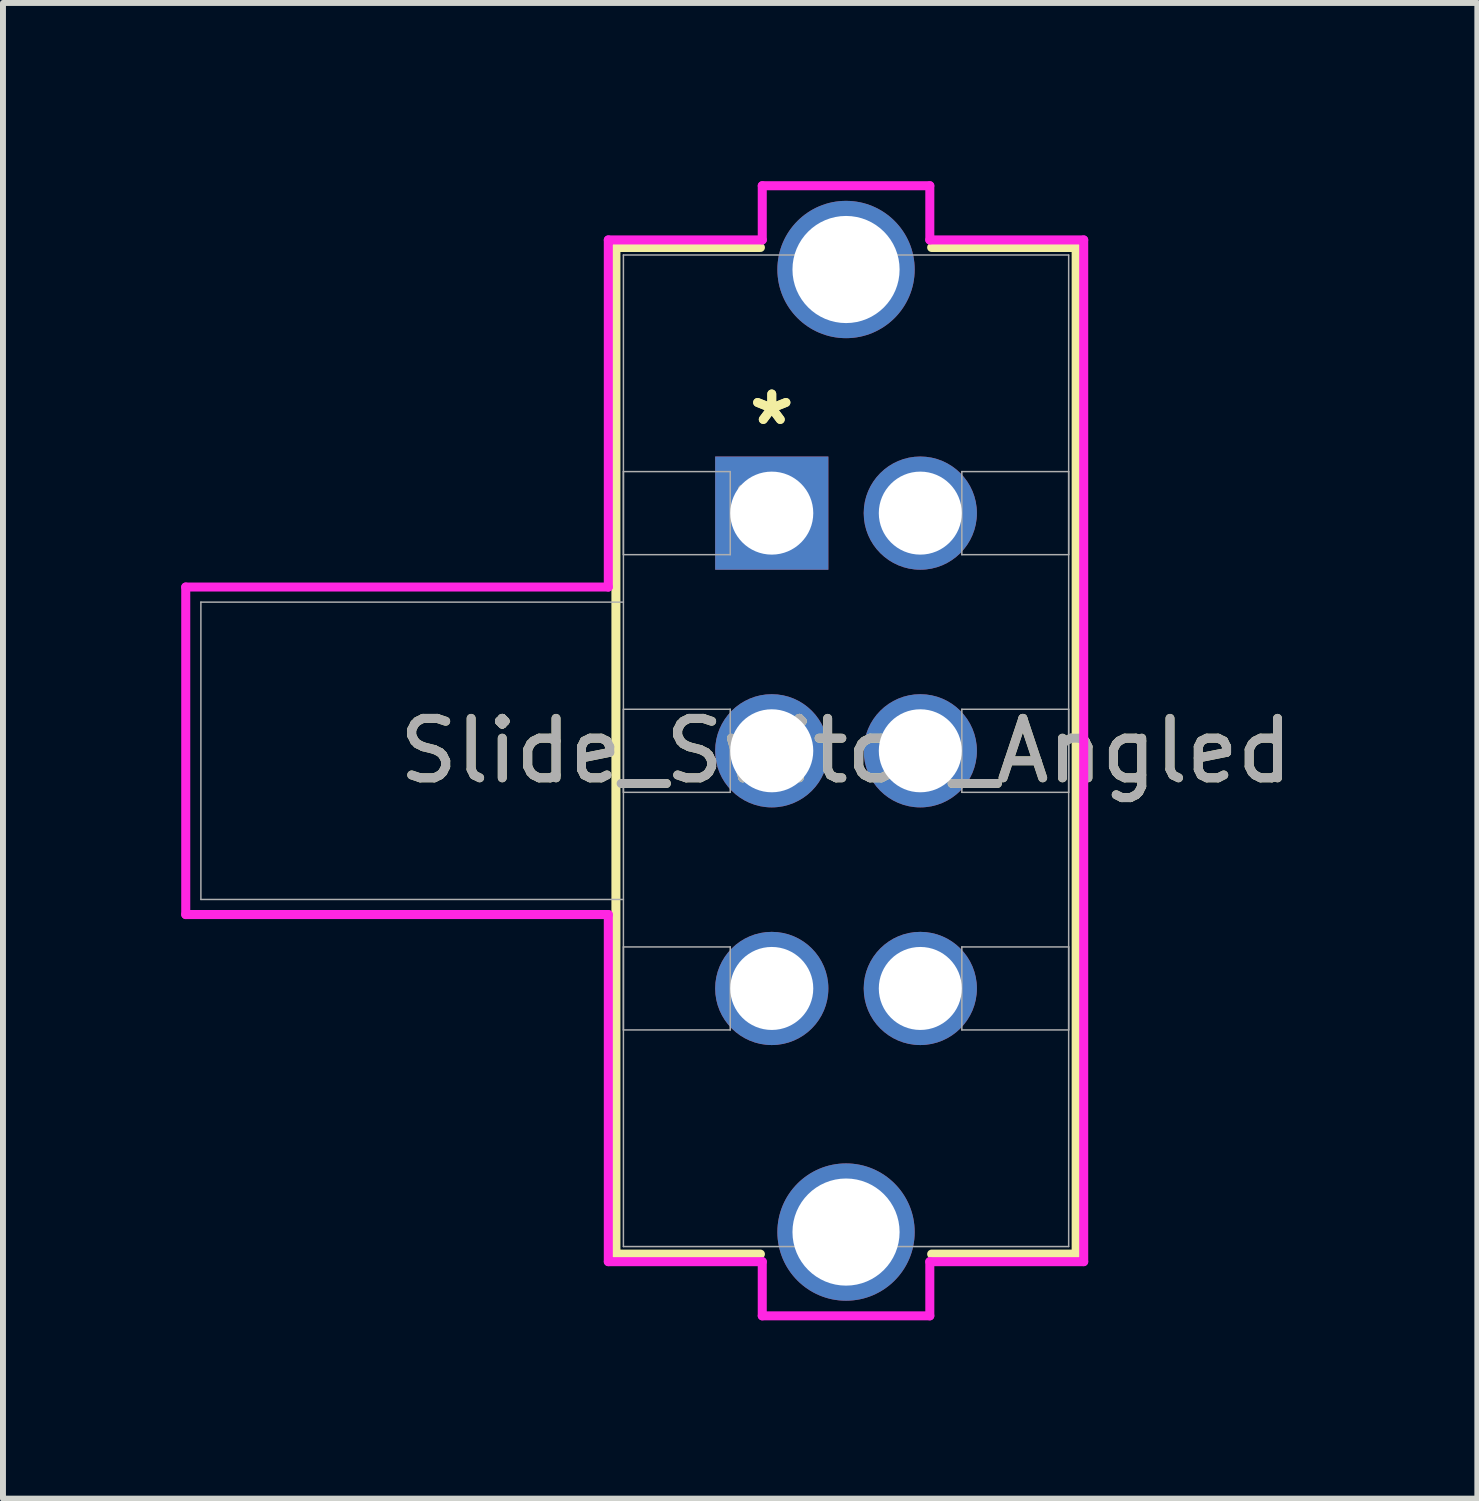
<source format=kicad_pcb>
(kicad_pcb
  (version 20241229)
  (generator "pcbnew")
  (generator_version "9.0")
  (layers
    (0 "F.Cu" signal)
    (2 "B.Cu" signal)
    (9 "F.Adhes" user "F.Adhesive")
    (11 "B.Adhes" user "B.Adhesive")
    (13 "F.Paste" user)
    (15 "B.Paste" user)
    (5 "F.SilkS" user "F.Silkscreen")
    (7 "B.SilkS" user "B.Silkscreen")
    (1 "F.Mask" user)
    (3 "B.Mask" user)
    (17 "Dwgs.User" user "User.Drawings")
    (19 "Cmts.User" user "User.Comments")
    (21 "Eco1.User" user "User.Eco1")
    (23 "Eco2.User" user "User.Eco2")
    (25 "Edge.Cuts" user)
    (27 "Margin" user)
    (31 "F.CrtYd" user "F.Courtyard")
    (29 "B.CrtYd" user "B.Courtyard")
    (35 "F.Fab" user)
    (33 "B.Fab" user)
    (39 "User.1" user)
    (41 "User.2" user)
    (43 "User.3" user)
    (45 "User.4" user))
  (footprint "Slide_Switch_Angled"
    (layer "F.Cu")
    (at 9.939 5.586)
    (property "Reference" "Slide_Switch_Angled" (at 1.25 4 0) (unlocked yes) (layer "F.SilkS") (effects (font (size 1 1) (thickness 0.15))))
    (attr through_hole)
    (fp_line (start -2.623 -4.471) (end -2.623 12.471) (stroke (width 0.152) (type solid)) (layer "F.SilkS"))
    (fp_line (start -2.623 12.471) (end -0.191 12.471) (stroke (width 0.152) (type solid)) (layer "F.SilkS"))
    (fp_line (start -0.191 -4.471) (end -2.623 -4.471) (stroke (width 0.152) (type solid)) (layer "F.SilkS"))
    (fp_line (start 2.691 12.471) (end 5.123 12.471) (stroke (width 0.152) (type solid)) (layer "F.SilkS"))
    (fp_line (start 5.123 -4.471) (end 2.691 -4.471) (stroke (width 0.152) (type solid)) (layer "F.SilkS"))
    (fp_line (start 5.123 12.471) (end 5.123 -4.471) (stroke (width 0.152) (type solid)) (layer "F.SilkS"))
    (fp_line (start -9.863 1.244) (end -9.863 6.756) (stroke (width 0.152) (type solid)) (layer "F.CrtYd"))
    (fp_line (start -9.863 6.756) (end -2.751 6.756) (stroke (width 0.152) (type solid)) (layer "F.CrtYd"))
    (fp_line (start -2.751 -4.598) (end -2.751 1.244) (stroke (width 0.152) (type solid)) (layer "F.CrtYd"))
    (fp_line (start -2.751 1.244) (end -9.863 1.244) (stroke (width 0.152) (type solid)) (layer "F.CrtYd"))
    (fp_line (start -2.751 6.756) (end -2.751 12.598) (stroke (width 0.152) (type solid)) (layer "F.CrtYd"))
    (fp_line (start -2.751 12.598) (end -0.16 12.598) (stroke (width 0.152) (type solid)) (layer "F.CrtYd"))
    (fp_line (start -0.16 -5.51) (end -0.16 -4.598) (stroke (width 0.152) (type solid)) (layer "F.CrtYd"))
    (fp_line (start -0.16 -4.598) (end -2.751 -4.598) (stroke (width 0.152) (type solid)) (layer "F.CrtYd"))
    (fp_line (start -0.16 12.598) (end -0.16 13.51) (stroke (width 0.152) (type solid)) (layer "F.CrtYd"))
    (fp_line (start -0.16 13.51) (end 2.66 13.51) (stroke (width 0.152) (type solid)) (layer "F.CrtYd"))
    (fp_line (start 2.66 -5.51) (end -0.16 -5.51) (stroke (width 0.152) (type solid)) (layer "F.CrtYd"))
    (fp_line (start 2.66 -4.598) (end 2.66 -5.51) (stroke (width 0.152) (type solid)) (layer "F.CrtYd"))
    (fp_line (start 2.66 12.598) (end 5.25 12.598) (stroke (width 0.152) (type solid)) (layer "F.CrtYd"))
    (fp_line (start 2.66 13.51) (end 2.66 12.598) (stroke (width 0.152) (type solid)) (layer "F.CrtYd"))
    (fp_line (start 5.25 -4.598) (end 2.66 -4.598) (stroke (width 0.152) (type solid)) (layer "F.CrtYd"))
    (fp_line (start 5.25 12.598) (end 5.25 -4.598) (stroke (width 0.152) (type solid)) (layer "F.CrtYd"))
    (fp_line (start -9.608 6.502) (end -9.608 1.498) (stroke (width 0.025) (type solid)) (layer "F.Fab"))
    (fp_line (start -2.497 -4.344) (end -2.497 12.344) (stroke (width 0.025) (type solid)) (layer "F.Fab"))
    (fp_line (start -2.497 -0.699) (end -0.699 -0.699) (stroke (width 0.025) (type solid)) (layer "F.Fab"))
    (fp_line (start -2.497 0.699) (end -2.497 -0.699) (stroke (width 0.025) (type solid)) (layer "F.Fab"))
    (fp_line (start -2.497 1.498) (end -9.608 1.498) (stroke (width 0.025) (type solid)) (layer "F.Fab"))
    (fp_line (start -2.497 3.301) (end -0.699 3.301) (stroke (width 0.025) (type solid)) (layer "F.Fab"))
    (fp_line (start -2.497 4.699) (end -2.497 3.301) (stroke (width 0.025) (type solid)) (layer "F.Fab"))
    (fp_line (start -2.497 6.502) (end -9.608 6.502) (stroke (width 0.025) (type solid)) (layer "F.Fab"))
    (fp_line (start -2.497 7.301) (end -0.699 7.301) (stroke (width 0.025) (type solid)) (layer "F.Fab"))
    (fp_line (start -2.497 8.698) (end -2.497 7.301) (stroke (width 0.025) (type solid)) (layer "F.Fab"))
    (fp_line (start -2.497 12.344) (end 4.997 12.344) (stroke (width 0.025) (type solid)) (layer "F.Fab"))
    (fp_line (start -0.699 -0.699) (end -0.699 0.699) (stroke (width 0.025) (type solid)) (layer "F.Fab"))
    (fp_line (start -0.699 0.699) (end -2.497 0.699) (stroke (width 0.025) (type solid)) (layer "F.Fab"))
    (fp_line (start -0.699 3.301) (end -0.699 4.699) (stroke (width 0.025) (type solid)) (layer "F.Fab"))
    (fp_line (start -0.699 4.699) (end -2.497 4.699) (stroke (width 0.025) (type solid)) (layer "F.Fab"))
    (fp_line (start -0.699 7.301) (end -0.699 8.698) (stroke (width 0.025) (type solid)) (layer "F.Fab"))
    (fp_line (start -0.699 8.698) (end -2.497 8.698) (stroke (width 0.025) (type solid)) (layer "F.Fab"))
    (fp_line (start 3.199 -0.699) (end 4.997 -0.699) (stroke (width 0.025) (type solid)) (layer "F.Fab"))
    (fp_line (start 3.199 0.699) (end 3.199 -0.699) (stroke (width 0.025) (type solid)) (layer "F.Fab"))
    (fp_line (start 3.199 3.301) (end 4.997 3.301) (stroke (width 0.025) (type solid)) (layer "F.Fab"))
    (fp_line (start 3.199 4.699) (end 3.199 3.301) (stroke (width 0.025) (type solid)) (layer "F.Fab"))
    (fp_line (start 3.199 7.301) (end 4.997 7.301) (stroke (width 0.025) (type solid)) (layer "F.Fab"))
    (fp_line (start 3.199 8.698) (end 3.199 7.301) (stroke (width 0.025) (type solid)) (layer "F.Fab"))
    (fp_line (start 4.997 -4.344) (end -2.497 -4.344) (stroke (width 0.025) (type solid)) (layer "F.Fab"))
    (fp_line (start 4.997 -0.699) (end 4.997 0.699) (stroke (width 0.025) (type solid)) (layer "F.Fab"))
    (fp_line (start 4.997 0.699) (end 3.199 0.699) (stroke (width 0.025) (type solid)) (layer "F.Fab"))
    (fp_line (start 4.997 3.301) (end 4.997 4.699) (stroke (width 0.025) (type solid)) (layer "F.Fab"))
    (fp_line (start 4.997 4.699) (end 3.199 4.699) (stroke (width 0.025) (type solid)) (layer "F.Fab"))
    (fp_line (start 4.997 7.301) (end 4.997 8.698) (stroke (width 0.025) (type solid)) (layer "F.Fab"))
    (fp_line (start 4.997 8.698) (end 3.199 8.698) (stroke (width 0.025) (type solid)) (layer "F.Fab"))
    (fp_line (start 4.997 12.344) (end 4.997 -4.344) (stroke (width 0.025) (type solid)) (layer "F.Fab"))
    (fp_arc (start 1.5548 -4.3439) (mid 1.25 -4.0391) (end 0.9452 -4.3439) (stroke (width 0.0254) (type solid)) (layer "F.Fab"))
    (fp_text user "*" (at 0 -1.46 0) (layer "F.SilkS") (effects (font (size 1 1) (thickness 0.15))))
    (fp_text user "*" (at 0 -1.46 0) (unlocked yes) (layer "F.SilkS") (effects (font (size 1 1) (thickness 0.15))))
    (fp_text user "*" (at -0.254 0 0) (layer "F.Fab") (effects (font (size 1 1) (thickness 0.15))))
    (fp_text user "${REFERENCE}" (at 1.25 4 0) (unlocked yes) (layer "F.Fab") (effects (font (size 1 1) (thickness 0.15))))
    (fp_text user "*" (at -0.254 0 0) (unlocked yes) (layer "F.Fab") (effects (font (size 1 1) (thickness 0.15))))
    (pad "1" thru_hole rect (at 0 0) (size 1.905 1.905) (drill 1.397) (layers "*.Cu" "*.Mask"))
    (pad "2" thru_hole circle (at 0 4) (size 1.905 1.905) (drill 1.397) (layers "*.Cu" "*.Mask"))
    (pad "3" thru_hole circle (at 0 8) (size 1.905 1.905) (drill 1.397) (layers "*.Cu" "*.Mask"))
    (pad "4" thru_hole circle (at 2.5 8) (size 1.905 1.905) (drill 1.397) (layers "*.Cu" "*.Mask"))
    (pad "5" thru_hole circle (at 2.5 4) (size 1.905 1.905) (drill 1.397) (layers "*.Cu" "*.Mask"))
    (pad "6" thru_hole circle (at 2.5 0) (size 1.905 1.905) (drill 1.397) (layers "*.Cu" "*.Mask"))
    (pad "7" thru_hole circle (at 1.25 -4.1) (size 2.311 2.311) (drill 1.803) (layers "*.Cu" "*.Mask"))
    (pad "8" thru_hole circle (at 1.25 12.1) (size 2.311 2.311) (drill 1.803) (layers "*.Cu" "*.Mask")))
  (gr_rect
    (start -3 -3)
    (end 21.814 22.172)
    (stroke (width 0.1) (type default))
    (fill no)
    (layer "Edge.Cuts")))
</source>
